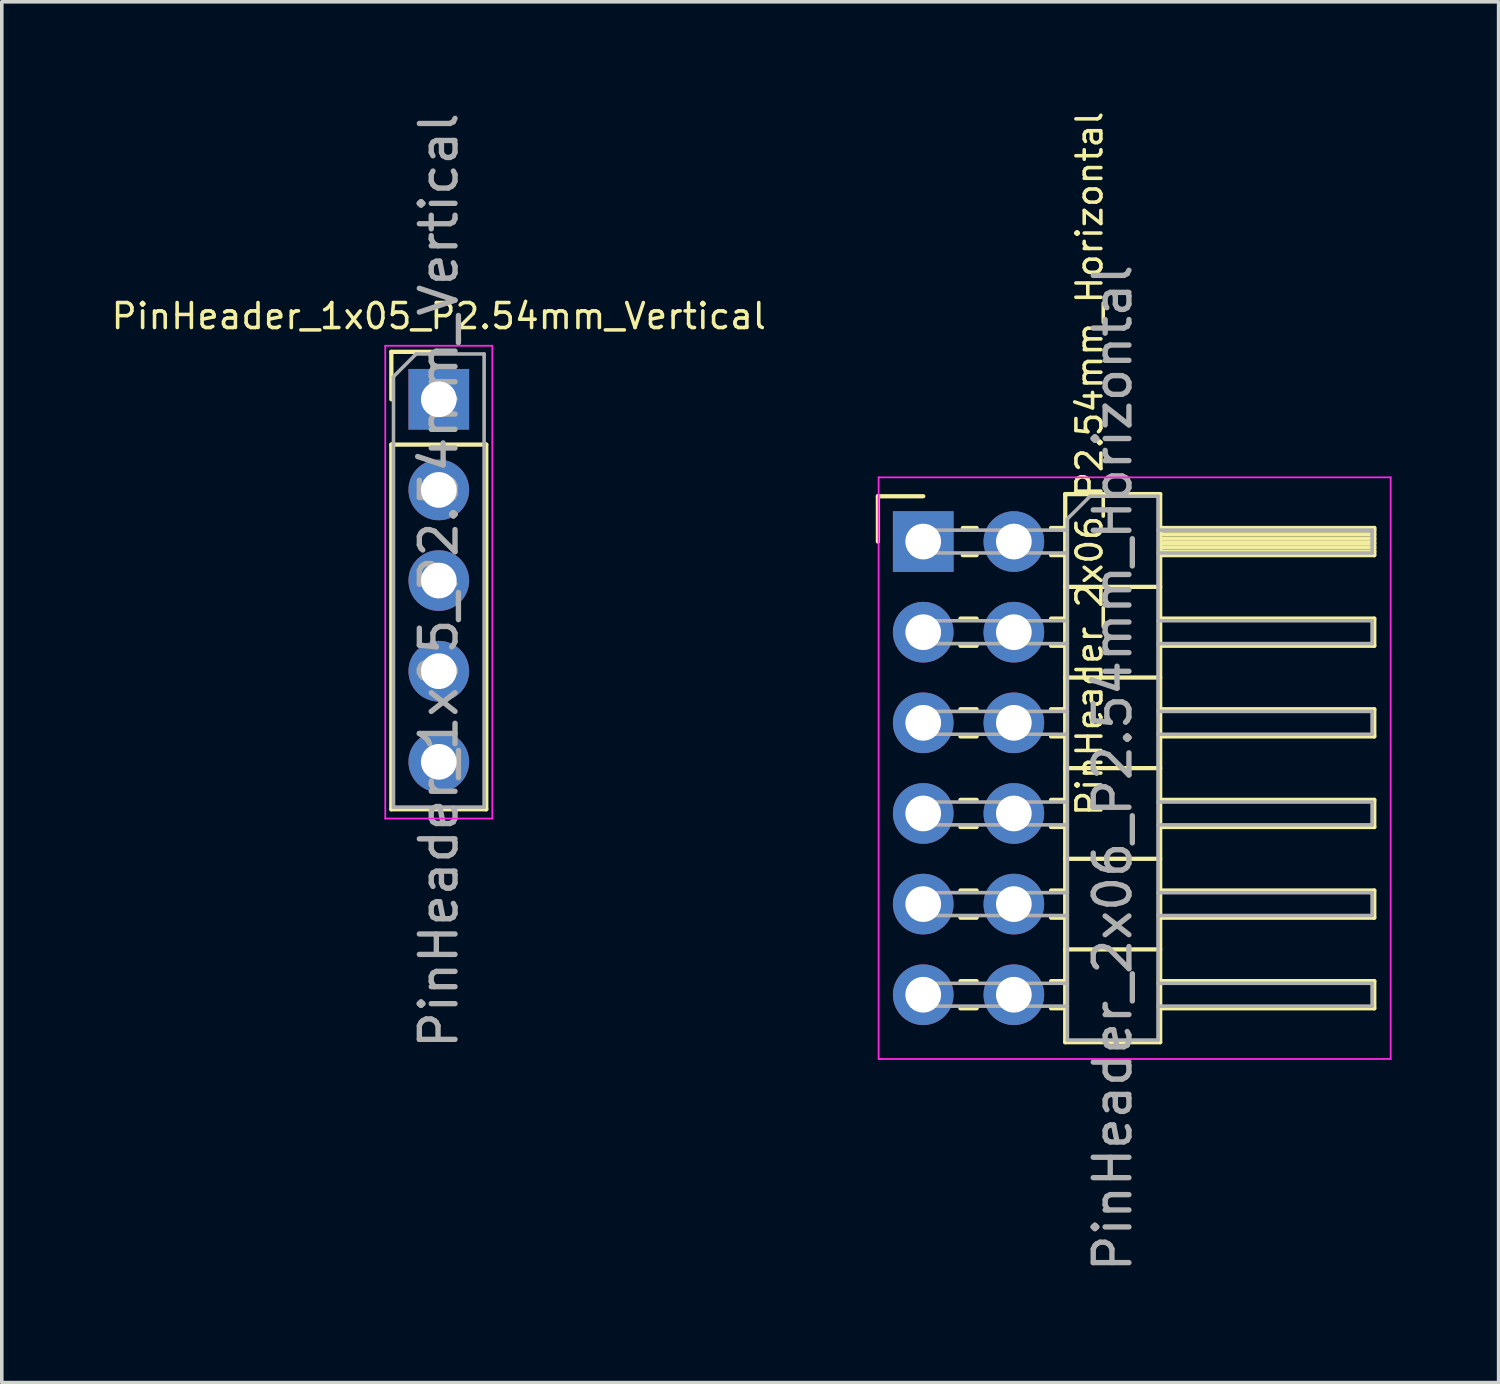
<source format=kicad_pcb>
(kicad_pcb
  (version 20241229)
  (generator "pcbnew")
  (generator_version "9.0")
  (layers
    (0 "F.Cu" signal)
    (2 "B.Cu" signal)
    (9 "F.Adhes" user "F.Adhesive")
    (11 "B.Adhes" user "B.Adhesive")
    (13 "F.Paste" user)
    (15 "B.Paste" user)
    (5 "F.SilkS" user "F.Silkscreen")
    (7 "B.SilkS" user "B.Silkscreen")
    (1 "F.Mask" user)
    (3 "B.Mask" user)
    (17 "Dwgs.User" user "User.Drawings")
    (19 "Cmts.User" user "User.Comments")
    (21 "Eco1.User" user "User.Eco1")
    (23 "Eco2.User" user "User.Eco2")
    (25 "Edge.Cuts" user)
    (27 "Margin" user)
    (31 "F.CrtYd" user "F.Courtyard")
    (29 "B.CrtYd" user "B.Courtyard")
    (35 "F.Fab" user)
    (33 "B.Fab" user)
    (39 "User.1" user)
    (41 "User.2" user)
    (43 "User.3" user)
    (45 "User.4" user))
  (footprint "PinHeader_1x05_P2.54mm_Vertical"
    (layer "F.Cu")
    (at 9.247 8.14)
    (property "Reference" "PinHeader_1x05_P2.54mm_Vertical" (at 0 -2.33 0) (layer "F.SilkS") (effects (font (size 0.7 0.7) (thickness 0.1))))
    (attr through_hole)
    (fp_line (start -1.33 -1.33) (end 0 -1.33) (stroke (width 0.12) (type solid)) (layer "F.SilkS"))
    (fp_line (start -1.33 0) (end -1.33 -1.33) (stroke (width 0.12) (type solid)) (layer "F.SilkS"))
    (fp_line (start -1.33 1.27) (end -1.33 11.49) (stroke (width 0.12) (type solid)) (layer "F.SilkS"))
    (fp_line (start -1.33 1.27) (end 1.33 1.27) (stroke (width 0.12) (type solid)) (layer "F.SilkS"))
    (fp_line (start -1.33 11.49) (end 1.33 11.49) (stroke (width 0.12) (type solid)) (layer "F.SilkS"))
    (fp_line (start 1.33 1.27) (end 1.33 11.49) (stroke (width 0.12) (type solid)) (layer "F.SilkS"))
    (fp_line (start -1.5 -1.5) (end -1.5 11.75) (stroke (width 0.05) (type solid)) (layer "F.CrtYd"))
    (fp_line (start -1.5 11.75) (end 1.5 11.75) (stroke (width 0.05) (type solid)) (layer "F.CrtYd"))
    (fp_line (start 1.5 -1.5) (end -1.5 -1.5) (stroke (width 0.05) (type solid)) (layer "F.CrtYd"))
    (fp_line (start 1.5 11.75) (end 1.5 -1.5) (stroke (width 0.05) (type solid)) (layer "F.CrtYd"))
    (fp_line (start -1.27 -0.635) (end -0.635 -1.27) (stroke (width 0.1) (type solid)) (layer "F.Fab"))
    (fp_line (start -1.27 11.43) (end -1.27 -0.635) (stroke (width 0.1) (type solid)) (layer "F.Fab"))
    (fp_line (start -0.635 -1.27) (end 1.27 -1.27) (stroke (width 0.1) (type solid)) (layer "F.Fab"))
    (fp_line (start 1.27 -1.27) (end 1.27 11.43) (stroke (width 0.1) (type solid)) (layer "F.Fab"))
    (fp_line (start 1.27 11.43) (end -1.27 11.43) (stroke (width 0.1) (type solid)) (layer "F.Fab"))
    (fp_text user "${REFERENCE}" (at 0 5.08 90) (layer "F.Fab") (effects (font (size 1 1) (thickness 0.15))))
    (pad "1" thru_hole rect (at 0 0) (size 1.7 1.7) (drill 1) (layers "*.Cu" "*.Mask"))
    (pad "2" thru_hole oval (at 0 2.54) (size 1.7 1.7) (drill 1) (layers "*.Cu" "*.Mask"))
    (pad "3" thru_hole oval (at 0 5.08) (size 1.7 1.7) (drill 1) (layers "*.Cu" "*.Mask"))
    (pad "4" thru_hole oval (at 0 7.62) (size 1.7 1.7) (drill 1) (layers "*.Cu" "*.Mask"))
    (pad "5" thru_hole oval (at 0 10.16) (size 1.7 1.7) (drill 1) (layers "*.Cu" "*.Mask")))
  (footprint "PinHeader_2x06_P2.54mm_Horizontal"
    (layer "F.Cu")
    (at 22.823 12.127)
    (property "Reference" "PinHeader_2x06_P2.54mm_Horizontal" (at 4.66 -2.18 90) (layer "F.SilkS") (effects (font (size 0.7 0.7) (thickness 0.1))))
    (attr through_hole)
    (fp_line (start -1.27 -1.27) (end 0 -1.27) (stroke (width 0.12) (type solid)) (layer "F.SilkS"))
    (fp_line (start -1.27 0) (end -1.27 -1.27) (stroke (width 0.12) (type solid)) (layer "F.SilkS"))
    (fp_line (start 1.043 2.16) (end 1.497 2.16) (stroke (width 0.12) (type solid)) (layer "F.SilkS"))
    (fp_line (start 1.043 2.92) (end 1.497 2.92) (stroke (width 0.12) (type solid)) (layer "F.SilkS"))
    (fp_line (start 1.043 4.7) (end 1.497 4.7) (stroke (width 0.12) (type solid)) (layer "F.SilkS"))
    (fp_line (start 1.043 5.46) (end 1.497 5.46) (stroke (width 0.12) (type solid)) (layer "F.SilkS"))
    (fp_line (start 1.043 7.24) (end 1.497 7.24) (stroke (width 0.12) (type solid)) (layer "F.SilkS"))
    (fp_line (start 1.043 8) (end 1.497 8) (stroke (width 0.12) (type solid)) (layer "F.SilkS"))
    (fp_line (start 1.043 9.78) (end 1.497 9.78) (stroke (width 0.12) (type solid)) (layer "F.SilkS"))
    (fp_line (start 1.043 10.54) (end 1.497 10.54) (stroke (width 0.12) (type solid)) (layer "F.SilkS"))
    (fp_line (start 1.043 12.32) (end 1.497 12.32) (stroke (width 0.12) (type solid)) (layer "F.SilkS"))
    (fp_line (start 1.043 13.08) (end 1.497 13.08) (stroke (width 0.12) (type solid)) (layer "F.SilkS"))
    (fp_line (start 1.11 -0.38) (end 1.497 -0.38) (stroke (width 0.12) (type solid)) (layer "F.SilkS"))
    (fp_line (start 1.11 0.38) (end 1.497 0.38) (stroke (width 0.12) (type solid)) (layer "F.SilkS"))
    (fp_line (start 3.583 -0.38) (end 3.98 -0.38) (stroke (width 0.12) (type solid)) (layer "F.SilkS"))
    (fp_line (start 3.583 0.38) (end 3.98 0.38) (stroke (width 0.12) (type solid)) (layer "F.SilkS"))
    (fp_line (start 3.583 2.16) (end 3.98 2.16) (stroke (width 0.12) (type solid)) (layer "F.SilkS"))
    (fp_line (start 3.583 2.92) (end 3.98 2.92) (stroke (width 0.12) (type solid)) (layer "F.SilkS"))
    (fp_line (start 3.583 4.7) (end 3.98 4.7) (stroke (width 0.12) (type solid)) (layer "F.SilkS"))
    (fp_line (start 3.583 5.46) (end 3.98 5.46) (stroke (width 0.12) (type solid)) (layer "F.SilkS"))
    (fp_line (start 3.583 7.24) (end 3.98 7.24) (stroke (width 0.12) (type solid)) (layer "F.SilkS"))
    (fp_line (start 3.583 8) (end 3.98 8) (stroke (width 0.12) (type solid)) (layer "F.SilkS"))
    (fp_line (start 3.583 9.78) (end 3.98 9.78) (stroke (width 0.12) (type solid)) (layer "F.SilkS"))
    (fp_line (start 3.583 10.54) (end 3.98 10.54) (stroke (width 0.12) (type solid)) (layer "F.SilkS"))
    (fp_line (start 3.583 12.32) (end 3.98 12.32) (stroke (width 0.12) (type solid)) (layer "F.SilkS"))
    (fp_line (start 3.583 13.08) (end 3.98 13.08) (stroke (width 0.12) (type solid)) (layer "F.SilkS"))
    (fp_line (start 3.98 -1.33) (end 3.98 14.03) (stroke (width 0.12) (type solid)) (layer "F.SilkS"))
    (fp_line (start 3.98 1.27) (end 6.64 1.27) (stroke (width 0.12) (type solid)) (layer "F.SilkS"))
    (fp_line (start 3.98 3.81) (end 6.64 3.81) (stroke (width 0.12) (type solid)) (layer "F.SilkS"))
    (fp_line (start 3.98 6.35) (end 6.64 6.35) (stroke (width 0.12) (type solid)) (layer "F.SilkS"))
    (fp_line (start 3.98 8.89) (end 6.64 8.89) (stroke (width 0.12) (type solid)) (layer "F.SilkS"))
    (fp_line (start 3.98 11.43) (end 6.64 11.43) (stroke (width 0.12) (type solid)) (layer "F.SilkS"))
    (fp_line (start 3.98 14.03) (end 6.64 14.03) (stroke (width 0.12) (type solid)) (layer "F.SilkS"))
    (fp_line (start 6.64 -1.33) (end 3.98 -1.33) (stroke (width 0.12) (type solid)) (layer "F.SilkS"))
    (fp_line (start 6.64 -0.38) (end 12.64 -0.38) (stroke (width 0.12) (type solid)) (layer "F.SilkS"))
    (fp_line (start 6.64 -0.32) (end 12.64 -0.32) (stroke (width 0.12) (type solid)) (layer "F.SilkS"))
    (fp_line (start 6.64 -0.2) (end 12.64 -0.2) (stroke (width 0.12) (type solid)) (layer "F.SilkS"))
    (fp_line (start 6.64 -0.08) (end 12.64 -0.08) (stroke (width 0.12) (type solid)) (layer "F.SilkS"))
    (fp_line (start 6.64 0.04) (end 12.64 0.04) (stroke (width 0.12) (type solid)) (layer "F.SilkS"))
    (fp_line (start 6.64 0.16) (end 12.64 0.16) (stroke (width 0.12) (type solid)) (layer "F.SilkS"))
    (fp_line (start 6.64 0.28) (end 12.64 0.28) (stroke (width 0.12) (type solid)) (layer "F.SilkS"))
    (fp_line (start 6.64 2.16) (end 12.64 2.16) (stroke (width 0.12) (type solid)) (layer "F.SilkS"))
    (fp_line (start 6.64 4.7) (end 12.64 4.7) (stroke (width 0.12) (type solid)) (layer "F.SilkS"))
    (fp_line (start 6.64 7.24) (end 12.64 7.24) (stroke (width 0.12) (type solid)) (layer "F.SilkS"))
    (fp_line (start 6.64 9.78) (end 12.64 9.78) (stroke (width 0.12) (type solid)) (layer "F.SilkS"))
    (fp_line (start 6.64 12.32) (end 12.64 12.32) (stroke (width 0.12) (type solid)) (layer "F.SilkS"))
    (fp_line (start 6.64 14.03) (end 6.64 -1.33) (stroke (width 0.12) (type solid)) (layer "F.SilkS"))
    (fp_line (start 12.64 -0.38) (end 12.64 0.38) (stroke (width 0.12) (type solid)) (layer "F.SilkS"))
    (fp_line (start 12.64 0.38) (end 6.64 0.38) (stroke (width 0.12) (type solid)) (layer "F.SilkS"))
    (fp_line (start 12.64 2.16) (end 12.64 2.92) (stroke (width 0.12) (type solid)) (layer "F.SilkS"))
    (fp_line (start 12.64 2.92) (end 6.64 2.92) (stroke (width 0.12) (type solid)) (layer "F.SilkS"))
    (fp_line (start 12.64 4.7) (end 12.64 5.46) (stroke (width 0.12) (type solid)) (layer "F.SilkS"))
    (fp_line (start 12.64 5.46) (end 6.64 5.46) (stroke (width 0.12) (type solid)) (layer "F.SilkS"))
    (fp_line (start 12.64 7.24) (end 12.64 8) (stroke (width 0.12) (type solid)) (layer "F.SilkS"))
    (fp_line (start 12.64 8) (end 6.64 8) (stroke (width 0.12) (type solid)) (layer "F.SilkS"))
    (fp_line (start 12.64 9.78) (end 12.64 10.54) (stroke (width 0.12) (type solid)) (layer "F.SilkS"))
    (fp_line (start 12.64 10.54) (end 6.64 10.54) (stroke (width 0.12) (type solid)) (layer "F.SilkS"))
    (fp_line (start 12.64 12.32) (end 12.64 13.08) (stroke (width 0.12) (type solid)) (layer "F.SilkS"))
    (fp_line (start 12.64 13.08) (end 6.64 13.08) (stroke (width 0.12) (type solid)) (layer "F.SilkS"))
    (fp_line (start -1.25 -1.8) (end -1.25 14.5) (stroke (width 0.05) (type solid)) (layer "F.CrtYd"))
    (fp_line (start -1.25 14.5) (end 13.1 14.5) (stroke (width 0.05) (type solid)) (layer "F.CrtYd"))
    (fp_line (start 13.1 -1.8) (end -1.25 -1.8) (stroke (width 0.05) (type solid)) (layer "F.CrtYd"))
    (fp_line (start 13.1 14.5) (end 13.1 -1.8) (stroke (width 0.05) (type solid)) (layer "F.CrtYd"))
    (fp_line (start -0.32 -0.32) (end -0.32 0.32) (stroke (width 0.1) (type solid)) (layer "F.Fab"))
    (fp_line (start -0.32 -0.32) (end 4.04 -0.32) (stroke (width 0.1) (type solid)) (layer "F.Fab"))
    (fp_line (start -0.32 0.32) (end 4.04 0.32) (stroke (width 0.1) (type solid)) (layer "F.Fab"))
    (fp_line (start -0.32 2.22) (end -0.32 2.86) (stroke (width 0.1) (type solid)) (layer "F.Fab"))
    (fp_line (start -0.32 2.22) (end 4.04 2.22) (stroke (width 0.1) (type solid)) (layer "F.Fab"))
    (fp_line (start -0.32 2.86) (end 4.04 2.86) (stroke (width 0.1) (type solid)) (layer "F.Fab"))
    (fp_line (start -0.32 4.76) (end -0.32 5.4) (stroke (width 0.1) (type solid)) (layer "F.Fab"))
    (fp_line (start -0.32 4.76) (end 4.04 4.76) (stroke (width 0.1) (type solid)) (layer "F.Fab"))
    (fp_line (start -0.32 5.4) (end 4.04 5.4) (stroke (width 0.1) (type solid)) (layer "F.Fab"))
    (fp_line (start -0.32 7.3) (end -0.32 7.94) (stroke (width 0.1) (type solid)) (layer "F.Fab"))
    (fp_line (start -0.32 7.3) (end 4.04 7.3) (stroke (width 0.1) (type solid)) (layer "F.Fab"))
    (fp_line (start -0.32 7.94) (end 4.04 7.94) (stroke (width 0.1) (type solid)) (layer "F.Fab"))
    (fp_line (start -0.32 9.84) (end -0.32 10.48) (stroke (width 0.1) (type solid)) (layer "F.Fab"))
    (fp_line (start -0.32 9.84) (end 4.04 9.84) (stroke (width 0.1) (type solid)) (layer "F.Fab"))
    (fp_line (start -0.32 10.48) (end 4.04 10.48) (stroke (width 0.1) (type solid)) (layer "F.Fab"))
    (fp_line (start -0.32 12.38) (end -0.32 13.02) (stroke (width 0.1) (type solid)) (layer "F.Fab"))
    (fp_line (start -0.32 12.38) (end 4.04 12.38) (stroke (width 0.1) (type solid)) (layer "F.Fab"))
    (fp_line (start -0.32 13.02) (end 4.04 13.02) (stroke (width 0.1) (type solid)) (layer "F.Fab"))
    (fp_line (start 4.04 -0.635) (end 4.675 -1.27) (stroke (width 0.1) (type solid)) (layer "F.Fab"))
    (fp_line (start 4.04 13.97) (end 4.04 -0.635) (stroke (width 0.1) (type solid)) (layer "F.Fab"))
    (fp_line (start 4.675 -1.27) (end 6.58 -1.27) (stroke (width 0.1) (type solid)) (layer "F.Fab"))
    (fp_line (start 6.58 -1.27) (end 6.58 13.97) (stroke (width 0.1) (type solid)) (layer "F.Fab"))
    (fp_line (start 6.58 -0.32) (end 12.58 -0.32) (stroke (width 0.1) (type solid)) (layer "F.Fab"))
    (fp_line (start 6.58 0.32) (end 12.58 0.32) (stroke (width 0.1) (type solid)) (layer "F.Fab"))
    (fp_line (start 6.58 2.22) (end 12.58 2.22) (stroke (width 0.1) (type solid)) (layer "F.Fab"))
    (fp_line (start 6.58 2.86) (end 12.58 2.86) (stroke (width 0.1) (type solid)) (layer "F.Fab"))
    (fp_line (start 6.58 4.76) (end 12.58 4.76) (stroke (width 0.1) (type solid)) (layer "F.Fab"))
    (fp_line (start 6.58 5.4) (end 12.58 5.4) (stroke (width 0.1) (type solid)) (layer "F.Fab"))
    (fp_line (start 6.58 7.3) (end 12.58 7.3) (stroke (width 0.1) (type solid)) (layer "F.Fab"))
    (fp_line (start 6.58 7.94) (end 12.58 7.94) (stroke (width 0.1) (type solid)) (layer "F.Fab"))
    (fp_line (start 6.58 9.84) (end 12.58 9.84) (stroke (width 0.1) (type solid)) (layer "F.Fab"))
    (fp_line (start 6.58 10.48) (end 12.58 10.48) (stroke (width 0.1) (type solid)) (layer "F.Fab"))
    (fp_line (start 6.58 12.38) (end 12.58 12.38) (stroke (width 0.1) (type solid)) (layer "F.Fab"))
    (fp_line (start 6.58 13.02) (end 12.58 13.02) (stroke (width 0.1) (type solid)) (layer "F.Fab"))
    (fp_line (start 6.58 13.97) (end 4.04 13.97) (stroke (width 0.1) (type solid)) (layer "F.Fab"))
    (fp_line (start 12.58 -0.32) (end 12.58 0.32) (stroke (width 0.1) (type solid)) (layer "F.Fab"))
    (fp_line (start 12.58 2.22) (end 12.58 2.86) (stroke (width 0.1) (type solid)) (layer "F.Fab"))
    (fp_line (start 12.58 4.76) (end 12.58 5.4) (stroke (width 0.1) (type solid)) (layer "F.Fab"))
    (fp_line (start 12.58 7.3) (end 12.58 7.94) (stroke (width 0.1) (type solid)) (layer "F.Fab"))
    (fp_line (start 12.58 9.84) (end 12.58 10.48) (stroke (width 0.1) (type solid)) (layer "F.Fab"))
    (fp_line (start 12.58 12.38) (end 12.58 13.02) (stroke (width 0.1) (type solid)) (layer "F.Fab"))
    (fp_text user "${REFERENCE}" (at 5.31 6.35 90) (layer "F.Fab") (effects (font (size 1 1) (thickness 0.15))))
    (pad "1" thru_hole rect (at 0 0) (size 1.7 1.7) (drill 1) (layers "*.Cu" "*.Mask"))
    (pad "2" thru_hole oval (at 2.54 0) (size 1.7 1.7) (drill 1) (layers "*.Cu" "*.Mask"))
    (pad "3" thru_hole oval (at 0 2.54) (size 1.7 1.7) (drill 1) (layers "*.Cu" "*.Mask"))
    (pad "4" thru_hole oval (at 2.54 2.54) (size 1.7 1.7) (drill 1) (layers "*.Cu" "*.Mask"))
    (pad "5" thru_hole oval (at 0 5.08) (size 1.7 1.7) (drill 1) (layers "*.Cu" "*.Mask"))
    (pad "6" thru_hole oval (at 2.54 5.08) (size 1.7 1.7) (drill 1) (layers "*.Cu" "*.Mask"))
    (pad "7" thru_hole oval (at 0 7.62) (size 1.7 1.7) (drill 1) (layers "*.Cu" "*.Mask"))
    (pad "8" thru_hole oval (at 2.54 7.62) (size 1.7 1.7) (drill 1) (layers "*.Cu" "*.Mask"))
    (pad "9" thru_hole oval (at 0 10.16) (size 1.7 1.7) (drill 1) (layers "*.Cu" "*.Mask"))
    (pad "10" thru_hole oval (at 2.54 10.16) (size 1.7 1.7) (drill 1) (layers "*.Cu" "*.Mask"))
    (pad "11" thru_hole oval (at 0 12.7) (size 1.7 1.7) (drill 1) (layers "*.Cu" "*.Mask"))
    (pad "12" thru_hole oval (at 2.54 12.7) (size 1.7 1.7) (drill 1) (layers "*.Cu" "*.Mask")))
  (gr_rect
    (start -3 -3)
    (end 38.948 35.697)
    (stroke (width 0.1) (type default))
    (fill no)
    (layer "Edge.Cuts")))
</source>
